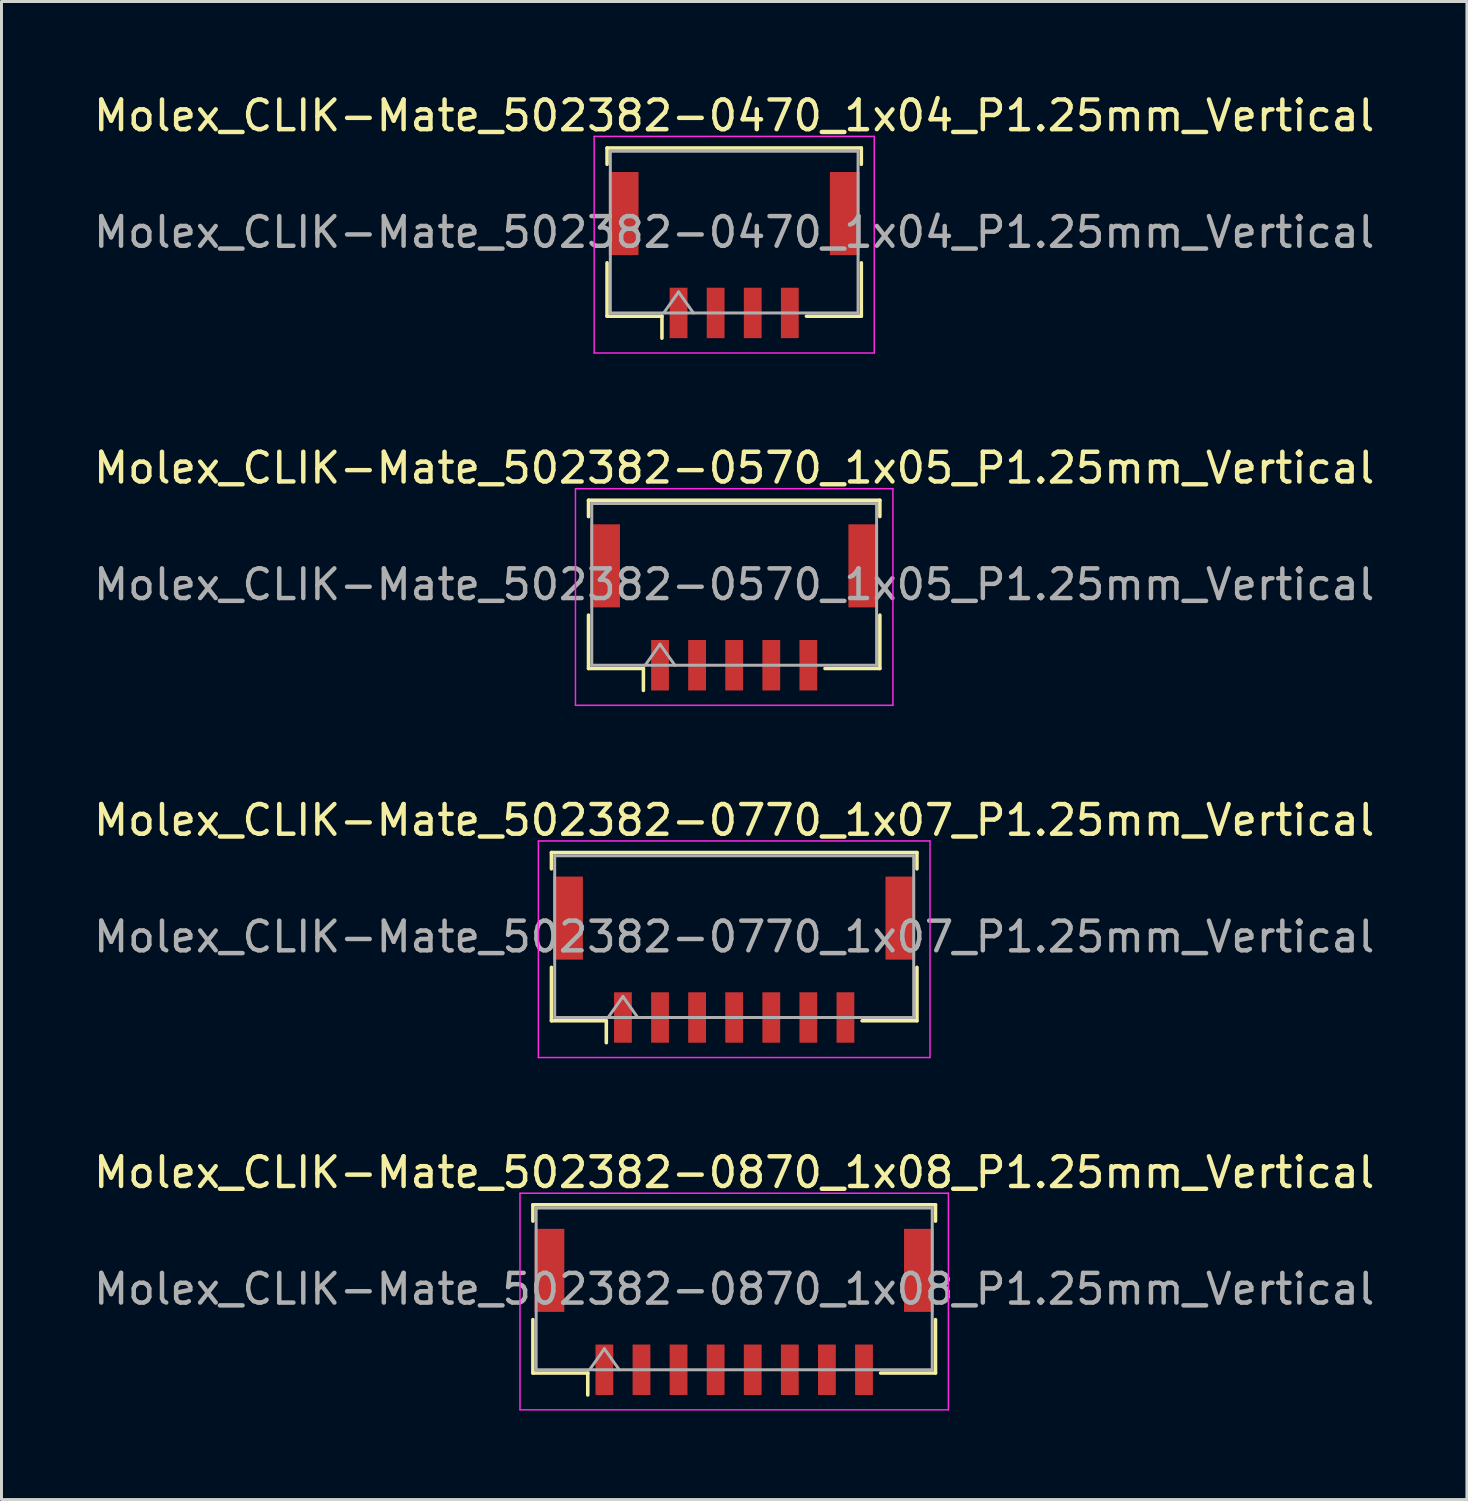
<source format=kicad_pcb>
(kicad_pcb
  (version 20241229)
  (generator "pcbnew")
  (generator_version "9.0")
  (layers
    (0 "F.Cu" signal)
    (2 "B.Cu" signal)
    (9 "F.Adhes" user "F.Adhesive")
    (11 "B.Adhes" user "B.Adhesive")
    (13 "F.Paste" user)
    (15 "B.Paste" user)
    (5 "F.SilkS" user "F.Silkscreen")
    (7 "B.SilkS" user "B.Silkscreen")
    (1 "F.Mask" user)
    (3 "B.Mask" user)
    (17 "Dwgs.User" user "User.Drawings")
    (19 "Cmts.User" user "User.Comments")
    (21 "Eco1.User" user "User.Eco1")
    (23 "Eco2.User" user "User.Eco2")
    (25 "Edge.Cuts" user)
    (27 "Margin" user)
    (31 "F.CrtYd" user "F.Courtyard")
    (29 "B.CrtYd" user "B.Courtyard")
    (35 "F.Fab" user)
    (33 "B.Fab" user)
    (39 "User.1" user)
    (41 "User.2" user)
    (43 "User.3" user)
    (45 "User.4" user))
  (footprint "Molex_CLIK-Mate_502382-0870_1x08_P1.25mm_Vertical"
    (layer "F.Cu")
    (at 21.696 41.168)
    (property "Reference" "Molex_CLIK-Mate_502382-0870_1x08_P1.25mm_Vertical" (at 0 -4.7 0) (layer "F.SilkS") (effects (font (size 1 1) (thickness 0.15))))
    (attr smd)
    (fp_line (start -6.785 -3.61) (end 6.785 -3.61) (stroke (width 0.12) (type solid)) (layer "F.SilkS"))
    (fp_line (start -6.785 -3.06) (end -6.785 -3.61) (stroke (width 0.12) (type solid)) (layer "F.SilkS"))
    (fp_line (start -6.785 0.26) (end -6.785 2.06) (stroke (width 0.12) (type solid)) (layer "F.SilkS"))
    (fp_line (start -6.785 2.06) (end -4.935 2.06) (stroke (width 0.12) (type solid)) (layer "F.SilkS"))
    (fp_line (start -4.935 2.06) (end -4.935 2.8) (stroke (width 0.12) (type solid)) (layer "F.SilkS"))
    (fp_line (start 6.785 -3.61) (end 6.785 -3.06) (stroke (width 0.12) (type solid)) (layer "F.SilkS"))
    (fp_line (start 6.785 0.26) (end 6.785 2.06) (stroke (width 0.12) (type solid)) (layer "F.SilkS"))
    (fp_line (start 6.785 2.06) (end 4.935 2.06) (stroke (width 0.12) (type solid)) (layer "F.SilkS"))
    (fp_line (start -7.22 -4) (end -7.22 3.3) (stroke (width 0.05) (type solid)) (layer "F.CrtYd"))
    (fp_line (start -7.22 3.3) (end 7.22 3.3) (stroke (width 0.05) (type solid)) (layer "F.CrtYd"))
    (fp_line (start 7.22 -4) (end -7.22 -4) (stroke (width 0.05) (type solid)) (layer "F.CrtYd"))
    (fp_line (start 7.22 3.3) (end 7.22 -4) (stroke (width 0.05) (type solid)) (layer "F.CrtYd"))
    (fp_line (start -6.675 -3.5) (end 6.675 -3.5) (stroke (width 0.1) (type solid)) (layer "F.Fab"))
    (fp_line (start -6.675 1.95) (end -6.675 -3.5) (stroke (width 0.1) (type solid)) (layer "F.Fab"))
    (fp_line (start -6.675 1.95) (end 6.675 1.95) (stroke (width 0.1) (type solid)) (layer "F.Fab"))
    (fp_line (start -4.875 1.95) (end -4.375 1.243) (stroke (width 0.1) (type solid)) (layer "F.Fab"))
    (fp_line (start -4.375 1.243) (end -3.875 1.95) (stroke (width 0.1) (type solid)) (layer "F.Fab"))
    (fp_line (start 6.675 1.95) (end 6.675 -3.5) (stroke (width 0.1) (type solid)) (layer "F.Fab"))
    (fp_text user "${REFERENCE}" (at 0 -0.77 0) (layer "F.Fab") (effects (font (size 1 1) (thickness 0.15))))
    (pad "" smd rect (at -6.225 -1.4) (size 1 2.8) (layers "F.Cu" "F.Mask" "F.Paste"))
    (pad "" smd rect (at 6.225 -1.4) (size 1 2.8) (layers "F.Cu" "F.Mask" "F.Paste"))
    (pad "1" smd rect (at -4.375 1.95) (size 0.6 1.7) (layers "F.Cu" "F.Mask" "F.Paste"))
    (pad "2" smd rect (at -3.125 1.95) (size 0.6 1.7) (layers "F.Cu" "F.Mask" "F.Paste"))
    (pad "3" smd rect (at -1.875 1.95) (size 0.6 1.7) (layers "F.Cu" "F.Mask" "F.Paste"))
    (pad "4" smd rect (at -0.625 1.95) (size 0.6 1.7) (layers "F.Cu" "F.Mask" "F.Paste"))
    (pad "5" smd rect (at 0.625 1.95) (size 0.6 1.7) (layers "F.Cu" "F.Mask" "F.Paste"))
    (pad "6" smd rect (at 1.875 1.95) (size 0.6 1.7) (layers "F.Cu" "F.Mask" "F.Paste"))
    (pad "7" smd rect (at 3.125 1.95) (size 0.6 1.7) (layers "F.Cu" "F.Mask" "F.Paste"))
    (pad "8" smd rect (at 4.375 1.95) (size 0.6 1.7) (layers "F.Cu" "F.Mask" "F.Paste")))
  (footprint "Molex_CLIK-Mate_502382-0470_1x04_P1.25mm_Vertical"
    (layer "F.Cu")
    (at 21.696 5.548)
    (property "Reference" "Molex_CLIK-Mate_502382-0470_1x04_P1.25mm_Vertical" (at 0 -4.7 0) (layer "F.SilkS") (effects (font (size 1 1) (thickness 0.15))))
    (attr smd)
    (fp_line (start -4.285 -3.61) (end 4.285 -3.61) (stroke (width 0.12) (type solid)) (layer "F.SilkS"))
    (fp_line (start -4.285 -3.06) (end -4.285 -3.61) (stroke (width 0.12) (type solid)) (layer "F.SilkS"))
    (fp_line (start -4.285 0.26) (end -4.285 2.06) (stroke (width 0.12) (type solid)) (layer "F.SilkS"))
    (fp_line (start -4.285 2.06) (end -2.435 2.06) (stroke (width 0.12) (type solid)) (layer "F.SilkS"))
    (fp_line (start -2.435 2.06) (end -2.435 2.8) (stroke (width 0.12) (type solid)) (layer "F.SilkS"))
    (fp_line (start 4.285 -3.61) (end 4.285 -3.06) (stroke (width 0.12) (type solid)) (layer "F.SilkS"))
    (fp_line (start 4.285 0.26) (end 4.285 2.06) (stroke (width 0.12) (type solid)) (layer "F.SilkS"))
    (fp_line (start 4.285 2.06) (end 2.435 2.06) (stroke (width 0.12) (type solid)) (layer "F.SilkS"))
    (fp_line (start -4.72 -4) (end -4.72 3.3) (stroke (width 0.05) (type solid)) (layer "F.CrtYd"))
    (fp_line (start -4.72 3.3) (end 4.72 3.3) (stroke (width 0.05) (type solid)) (layer "F.CrtYd"))
    (fp_line (start 4.72 -4) (end -4.72 -4) (stroke (width 0.05) (type solid)) (layer "F.CrtYd"))
    (fp_line (start 4.72 3.3) (end 4.72 -4) (stroke (width 0.05) (type solid)) (layer "F.CrtYd"))
    (fp_line (start -4.175 -3.5) (end 4.175 -3.5) (stroke (width 0.1) (type solid)) (layer "F.Fab"))
    (fp_line (start -4.175 1.95) (end -4.175 -3.5) (stroke (width 0.1) (type solid)) (layer "F.Fab"))
    (fp_line (start -4.175 1.95) (end 4.175 1.95) (stroke (width 0.1) (type solid)) (layer "F.Fab"))
    (fp_line (start -2.375 1.95) (end -1.875 1.243) (stroke (width 0.1) (type solid)) (layer "F.Fab"))
    (fp_line (start -1.875 1.243) (end -1.375 1.95) (stroke (width 0.1) (type solid)) (layer "F.Fab"))
    (fp_line (start 4.175 1.95) (end 4.175 -3.5) (stroke (width 0.1) (type solid)) (layer "F.Fab"))
    (fp_text user "${REFERENCE}" (at 0 -0.77 0) (layer "F.Fab") (effects (font (size 1 1) (thickness 0.15))))
    (pad "" smd rect (at -3.725 -1.4) (size 1 2.8) (layers "F.Cu" "F.Mask" "F.Paste"))
    (pad "" smd rect (at 3.725 -1.4) (size 1 2.8) (layers "F.Cu" "F.Mask" "F.Paste"))
    (pad "1" smd rect (at -1.875 1.95) (size 0.6 1.7) (layers "F.Cu" "F.Mask" "F.Paste"))
    (pad "2" smd rect (at -0.625 1.95) (size 0.6 1.7) (layers "F.Cu" "F.Mask" "F.Paste"))
    (pad "3" smd rect (at 0.625 1.95) (size 0.6 1.7) (layers "F.Cu" "F.Mask" "F.Paste"))
    (pad "4" smd rect (at 1.875 1.95) (size 0.6 1.7) (layers "F.Cu" "F.Mask" "F.Paste")))
  (footprint "Molex_CLIK-Mate_502382-0770_1x07_P1.25mm_Vertical"
    (layer "F.Cu")
    (at 21.696 29.295)
    (property "Reference" "Molex_CLIK-Mate_502382-0770_1x07_P1.25mm_Vertical" (at 0 -4.7 0) (layer "F.SilkS") (effects (font (size 1 1) (thickness 0.15))))
    (attr smd)
    (fp_line (start -6.16 -3.61) (end 6.16 -3.61) (stroke (width 0.12) (type solid)) (layer "F.SilkS"))
    (fp_line (start -6.16 -3.06) (end -6.16 -3.61) (stroke (width 0.12) (type solid)) (layer "F.SilkS"))
    (fp_line (start -6.16 0.26) (end -6.16 2.06) (stroke (width 0.12) (type solid)) (layer "F.SilkS"))
    (fp_line (start -6.16 2.06) (end -4.31 2.06) (stroke (width 0.12) (type solid)) (layer "F.SilkS"))
    (fp_line (start -4.31 2.06) (end -4.31 2.8) (stroke (width 0.12) (type solid)) (layer "F.SilkS"))
    (fp_line (start 6.16 -3.61) (end 6.16 -3.06) (stroke (width 0.12) (type solid)) (layer "F.SilkS"))
    (fp_line (start 6.16 0.26) (end 6.16 2.06) (stroke (width 0.12) (type solid)) (layer "F.SilkS"))
    (fp_line (start 6.16 2.06) (end 4.31 2.06) (stroke (width 0.12) (type solid)) (layer "F.SilkS"))
    (fp_line (start -6.6 -4) (end -6.6 3.3) (stroke (width 0.05) (type solid)) (layer "F.CrtYd"))
    (fp_line (start -6.6 3.3) (end 6.6 3.3) (stroke (width 0.05) (type solid)) (layer "F.CrtYd"))
    (fp_line (start 6.6 -4) (end -6.6 -4) (stroke (width 0.05) (type solid)) (layer "F.CrtYd"))
    (fp_line (start 6.6 3.3) (end 6.6 -4) (stroke (width 0.05) (type solid)) (layer "F.CrtYd"))
    (fp_line (start -6.05 -3.5) (end 6.05 -3.5) (stroke (width 0.1) (type solid)) (layer "F.Fab"))
    (fp_line (start -6.05 1.95) (end -6.05 -3.5) (stroke (width 0.1) (type solid)) (layer "F.Fab"))
    (fp_line (start -6.05 1.95) (end 6.05 1.95) (stroke (width 0.1) (type solid)) (layer "F.Fab"))
    (fp_line (start -4.25 1.95) (end -3.75 1.243) (stroke (width 0.1) (type solid)) (layer "F.Fab"))
    (fp_line (start -3.75 1.243) (end -3.25 1.95) (stroke (width 0.1) (type solid)) (layer "F.Fab"))
    (fp_line (start 6.05 1.95) (end 6.05 -3.5) (stroke (width 0.1) (type solid)) (layer "F.Fab"))
    (fp_text user "${REFERENCE}" (at 0 -0.77 0) (layer "F.Fab") (effects (font (size 1 1) (thickness 0.15))))
    (pad "" smd rect (at -5.6 -1.4) (size 1 2.8) (layers "F.Cu" "F.Mask" "F.Paste"))
    (pad "" smd rect (at 5.6 -1.4) (size 1 2.8) (layers "F.Cu" "F.Mask" "F.Paste"))
    (pad "1" smd rect (at -3.75 1.95) (size 0.6 1.7) (layers "F.Cu" "F.Mask" "F.Paste"))
    (pad "2" smd rect (at -2.5 1.95) (size 0.6 1.7) (layers "F.Cu" "F.Mask" "F.Paste"))
    (pad "3" smd rect (at -1.25 1.95) (size 0.6 1.7) (layers "F.Cu" "F.Mask" "F.Paste"))
    (pad "4" smd rect (at 0 1.95) (size 0.6 1.7) (layers "F.Cu" "F.Mask" "F.Paste"))
    (pad "5" smd rect (at 1.25 1.95) (size 0.6 1.7) (layers "F.Cu" "F.Mask" "F.Paste"))
    (pad "6" smd rect (at 2.5 1.95) (size 0.6 1.7) (layers "F.Cu" "F.Mask" "F.Paste"))
    (pad "7" smd rect (at 3.75 1.95) (size 0.6 1.7) (layers "F.Cu" "F.Mask" "F.Paste")))
  (footprint "Molex_CLIK-Mate_502382-0570_1x05_P1.25mm_Vertical"
    (layer "F.Cu")
    (at 21.696 17.422)
    (property "Reference" "Molex_CLIK-Mate_502382-0570_1x05_P1.25mm_Vertical" (at 0 -4.7 0) (layer "F.SilkS") (effects (font (size 1 1) (thickness 0.15))))
    (attr smd)
    (fp_line (start -4.91 -3.61) (end 4.91 -3.61) (stroke (width 0.12) (type solid)) (layer "F.SilkS"))
    (fp_line (start -4.91 -3.06) (end -4.91 -3.61) (stroke (width 0.12) (type solid)) (layer "F.SilkS"))
    (fp_line (start -4.91 0.26) (end -4.91 2.06) (stroke (width 0.12) (type solid)) (layer "F.SilkS"))
    (fp_line (start -4.91 2.06) (end -3.06 2.06) (stroke (width 0.12) (type solid)) (layer "F.SilkS"))
    (fp_line (start -3.06 2.06) (end -3.06 2.8) (stroke (width 0.12) (type solid)) (layer "F.SilkS"))
    (fp_line (start 4.91 -3.61) (end 4.91 -3.06) (stroke (width 0.12) (type solid)) (layer "F.SilkS"))
    (fp_line (start 4.91 0.26) (end 4.91 2.06) (stroke (width 0.12) (type solid)) (layer "F.SilkS"))
    (fp_line (start 4.91 2.06) (end 3.06 2.06) (stroke (width 0.12) (type solid)) (layer "F.SilkS"))
    (fp_line (start -5.35 -4) (end -5.35 3.3) (stroke (width 0.05) (type solid)) (layer "F.CrtYd"))
    (fp_line (start -5.35 3.3) (end 5.35 3.3) (stroke (width 0.05) (type solid)) (layer "F.CrtYd"))
    (fp_line (start 5.35 -4) (end -5.35 -4) (stroke (width 0.05) (type solid)) (layer "F.CrtYd"))
    (fp_line (start 5.35 3.3) (end 5.35 -4) (stroke (width 0.05) (type solid)) (layer "F.CrtYd"))
    (fp_line (start -4.8 -3.5) (end 4.8 -3.5) (stroke (width 0.1) (type solid)) (layer "F.Fab"))
    (fp_line (start -4.8 1.95) (end -4.8 -3.5) (stroke (width 0.1) (type solid)) (layer "F.Fab"))
    (fp_line (start -4.8 1.95) (end 4.8 1.95) (stroke (width 0.1) (type solid)) (layer "F.Fab"))
    (fp_line (start -3 1.95) (end -2.5 1.243) (stroke (width 0.1) (type solid)) (layer "F.Fab"))
    (fp_line (start -2.5 1.243) (end -2 1.95) (stroke (width 0.1) (type solid)) (layer "F.Fab"))
    (fp_line (start 4.8 1.95) (end 4.8 -3.5) (stroke (width 0.1) (type solid)) (layer "F.Fab"))
    (fp_text user "${REFERENCE}" (at 0 -0.77 0) (layer "F.Fab") (effects (font (size 1 1) (thickness 0.15))))
    (pad "" smd rect (at -4.35 -1.4) (size 1 2.8) (layers "F.Cu" "F.Mask" "F.Paste"))
    (pad "" smd rect (at 4.35 -1.4) (size 1 2.8) (layers "F.Cu" "F.Mask" "F.Paste"))
    (pad "1" smd rect (at -2.5 1.95) (size 0.6 1.7) (layers "F.Cu" "F.Mask" "F.Paste"))
    (pad "2" smd rect (at -1.25 1.95) (size 0.6 1.7) (layers "F.Cu" "F.Mask" "F.Paste"))
    (pad "3" smd rect (at 0 1.95) (size 0.6 1.7) (layers "F.Cu" "F.Mask" "F.Paste"))
    (pad "4" smd rect (at 1.25 1.95) (size 0.6 1.7) (layers "F.Cu" "F.Mask" "F.Paste"))
    (pad "5" smd rect (at 2.5 1.95) (size 0.6 1.7) (layers "F.Cu" "F.Mask" "F.Paste")))
  (gr_rect
    (start -3 -3)
    (end 46.393 47.493)
    (stroke (width 0.1) (type default))
    (fill no)
    (layer "Edge.Cuts")))
</source>
